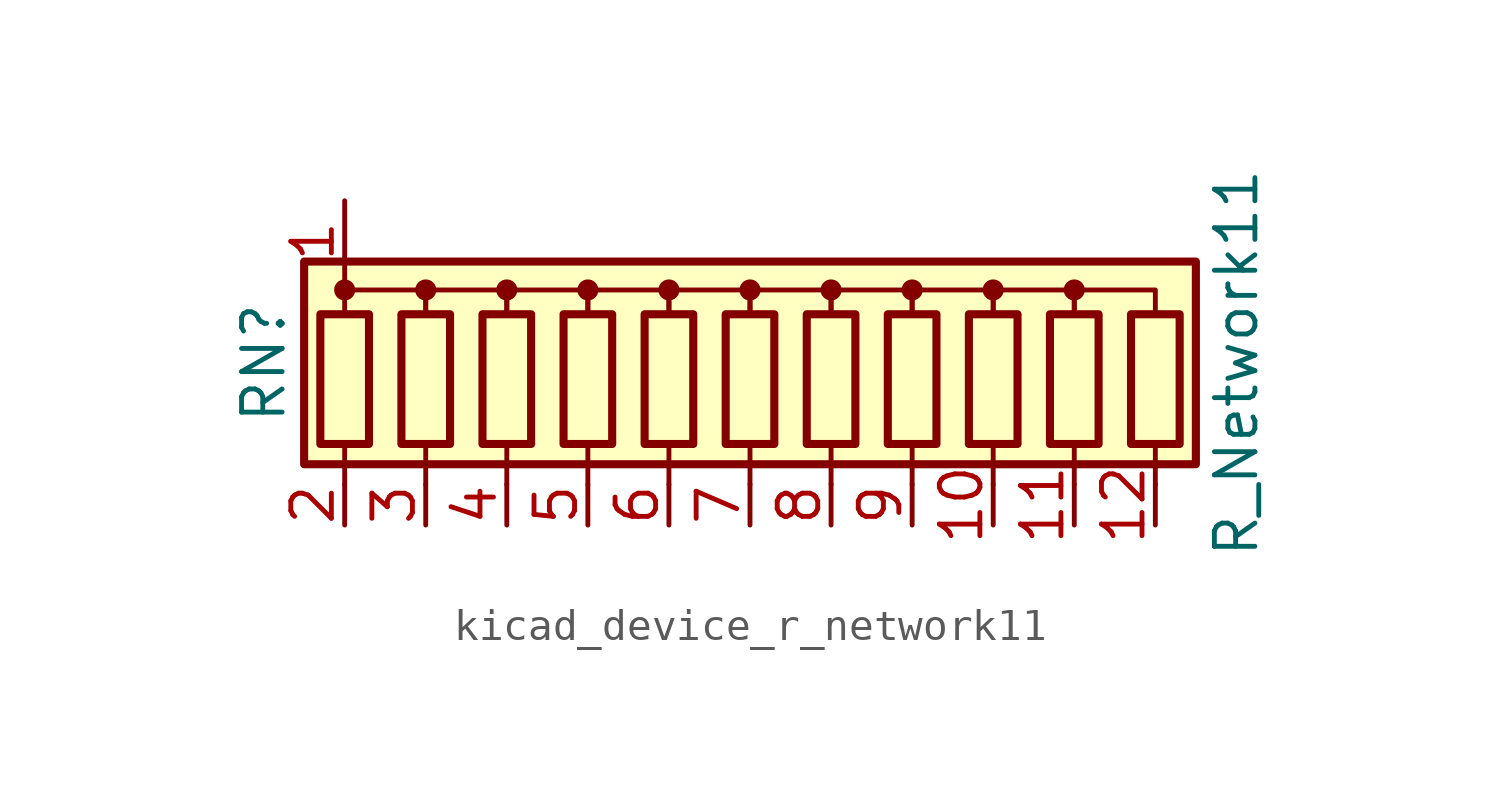
<source format=kicad_sym>
(kicad_symbol_lib
  (version 20220914)
  (generator kicad_symbol_editor)
  (symbol "kicad_device_r_network11"
    (pin_names
      (offset 0) hide)
    (property "Reference" "RN"
      (at -15.24 0 90)
      (effects (font (size 1.27 1.27))))
    (property "Value" "R_Network11"
      (at 15.24 0 90)
      (effects (font (size 1.27 1.27))))
    (symbol "kicad_device_r_network11_0_1"
      (rectangle (start -13.97 -3.175) (end 13.97 3.175) (stroke (width 0.254) (type default)) (fill (type background)))
      (rectangle (start -13.462 1.524) (end -11.938 -2.54) (stroke (width 0.254) (type default)) (fill (type none)))
      (circle (center -12.7 2.286) (radius 0.254) (stroke (width 0) (type default)) (fill (type outline)))
      (rectangle (start -10.922 1.524) (end -9.398 -2.54) (stroke (width 0.254) (type default)) (fill (type none)))
      (circle (center -10.16 2.286) (radius 0.254) (stroke (width 0) (type default)) (fill (type outline)))
      (rectangle (start -8.382 1.524) (end -6.858 -2.54) (stroke (width 0.254) (type default)) (fill (type none)))
      (circle (center -7.62 2.286) (radius 0.254) (stroke (width 0) (type default)) (fill (type outline)))
      (rectangle (start -5.842 1.524) (end -4.318 -2.54) (stroke (width 0.254) (type default)) (fill (type none)))
      (circle (center -5.08 2.286) (radius 0.254) (stroke (width 0) (type default)) (fill (type outline)))
      (rectangle (start -3.302 1.524) (end -1.778 -2.54) (stroke (width 0.254) (type default)) (fill (type none)))
      (circle (center -2.54 2.286) (radius 0.254) (stroke (width 0) (type default)) (fill (type outline)))
      (rectangle (start -0.762 1.524) (end 0.762 -2.54) (stroke (width 0.254) (type default)) (fill (type none)))
      (polyline (pts (xy -12.7 -2.54) (xy -12.7 -3.81)) (stroke (width 0) (type default)) (fill (type none)))
      (polyline (pts (xy -10.16 -2.54) (xy -10.16 -3.81)) (stroke (width 0) (type default)) (fill (type none)))
      (polyline (pts (xy -7.62 -2.54) (xy -7.62 -3.81)) (stroke (width 0) (type default)) (fill (type none)))
      (polyline (pts (xy -5.08 -2.54) (xy -5.08 -3.81)) (stroke (width 0) (type default)) (fill (type none)))
      (polyline (pts (xy -2.54 -2.54) (xy -2.54 -3.81)) (stroke (width 0) (type default)) (fill (type none)))
      (polyline (pts (xy 0 -2.54) (xy 0 -3.81)) (stroke (width 0) (type default)) (fill (type none)))
      (polyline (pts (xy 2.54 -2.54) (xy 2.54 -3.81)) (stroke (width 0) (type default)) (fill (type none)))
      (polyline (pts (xy 5.08 -2.54) (xy 5.08 -3.81)) (stroke (width 0) (type default)) (fill (type none)))
      (polyline (pts (xy 7.62 -2.54) (xy 7.62 -3.81)) (stroke (width 0) (type default)) (fill (type none)))
      (polyline (pts (xy 10.16 -2.54) (xy 10.16 -3.81)) (stroke (width 0) (type default)) (fill (type none)))
      (polyline (pts (xy 12.7 -2.54) (xy 12.7 -3.81)) (stroke (width 0) (type default)) (fill (type none)))
      (polyline (pts (xy -12.7 1.524) (xy -12.7 2.286) (xy -10.16 2.286) (xy -10.16 1.524)) (stroke (width 0) (type default)) (fill (type none)))
      (polyline (pts (xy -10.16 1.524) (xy -10.16 2.286) (xy -7.62 2.286) (xy -7.62 1.524)) (stroke (width 0) (type default)) (fill (type none)))
      (polyline (pts (xy -7.62 1.524) (xy -7.62 2.286) (xy -5.08 2.286) (xy -5.08 1.524)) (stroke (width 0) (type default)) (fill (type none)))
      (polyline (pts (xy -5.08 1.524) (xy -5.08 2.286) (xy -2.54 2.286) (xy -2.54 1.524)) (stroke (width 0) (type default)) (fill (type none)))
      (polyline (pts (xy -2.54 1.524) (xy -2.54 2.286) (xy 0 2.286) (xy 0 1.524)) (stroke (width 0) (type default)) (fill (type none)))
      (polyline (pts (xy 0 1.524) (xy 0 2.286) (xy 2.54 2.286) (xy 2.54 1.524)) (stroke (width 0) (type default)) (fill (type none)))
      (polyline (pts (xy 2.54 1.524) (xy 2.54 2.286) (xy 5.08 2.286) (xy 5.08 1.524)) (stroke (width 0) (type default)) (fill (type none)))
      (polyline (pts (xy 5.08 1.524) (xy 5.08 2.286) (xy 7.62 2.286) (xy 7.62 1.524)) (stroke (width 0) (type default)) (fill (type none)))
      (polyline (pts (xy 7.62 1.524) (xy 7.62 2.286) (xy 10.16 2.286) (xy 10.16 1.524)) (stroke (width 0) (type default)) (fill (type none)))
      (polyline (pts (xy 10.16 1.524) (xy 10.16 2.286) (xy 12.7 2.286) (xy 12.7 1.524)) (stroke (width 0) (type default)) (fill (type none)))
      (circle (center 0 2.286) (radius 0.254) (stroke (width 0) (type default)) (fill (type outline)))
      (rectangle (start 1.778 1.524) (end 3.302 -2.54) (stroke (width 0.254) (type default)) (fill (type none)))
      (circle (center 2.54 2.286) (radius 0.254) (stroke (width 0) (type default)) (fill (type outline)))
      (rectangle (start 4.318 1.524) (end 5.842 -2.54) (stroke (width 0.254) (type default)) (fill (type none)))
      (circle (center 5.08 2.286) (radius 0.254) (stroke (width 0) (type default)) (fill (type outline)))
      (rectangle (start 6.858 1.524) (end 8.382 -2.54) (stroke (width 0.254) (type default)) (fill (type none)))
      (circle (center 7.62 2.286) (radius 0.254) (stroke (width 0) (type default)) (fill (type outline)))
      (rectangle (start 9.398 1.524) (end 10.922 -2.54) (stroke (width 0.254) (type default)) (fill (type none)))
      (circle (center 10.16 2.286) (radius 0.254) (stroke (width 0) (type default)) (fill (type outline)))
      (rectangle (start 11.938 1.524) (end 13.462 -2.54) (stroke (width 0.254) (type default)) (fill (type none))))
    (symbol "kicad_device_r_network11_1_1"
      (pin passive line (at -12.7 5.08 270) (length 2.54) (name "common" (effects (font (size 1.27 1.27)))) (number "1" (effects (font (size 1.27 1.27)))))
      (pin passive line (at 7.62 -5.08 90) (length 1.27) (name "R9" (effects (font (size 1.27 1.27)))) (number "10" (effects (font (size 1.27 1.27)))))
      (pin passive line (at 10.16 -5.08 90) (length 1.27) (name "R10" (effects (font (size 1.27 1.27)))) (number "11" (effects (font (size 1.27 1.27)))))
      (pin passive line (at 12.7 -5.08 90) (length 1.27) (name "R11" (effects (font (size 1.27 1.27)))) (number "12" (effects (font (size 1.27 1.27)))))
      (pin passive line (at -12.7 -5.08 90) (length 1.27) (name "R1" (effects (font (size 1.27 1.27)))) (number "2" (effects (font (size 1.27 1.27)))))
      (pin passive line (at -10.16 -5.08 90) (length 1.27) (name "R2" (effects (font (size 1.27 1.27)))) (number "3" (effects (font (size 1.27 1.27)))))
      (pin passive line (at -7.62 -5.08 90) (length 1.27) (name "R3" (effects (font (size 1.27 1.27)))) (number "4" (effects (font (size 1.27 1.27)))))
      (pin passive line (at -5.08 -5.08 90) (length 1.27) (name "R4" (effects (font (size 1.27 1.27)))) (number "5" (effects (font (size 1.27 1.27)))))
      (pin passive line (at -2.54 -5.08 90) (length 1.27) (name "R5" (effects (font (size 1.27 1.27)))) (number "6" (effects (font (size 1.27 1.27)))))
      (pin passive line (at 0 -5.08 90) (length 1.27) (name "R6" (effects (font (size 1.27 1.27)))) (number "7" (effects (font (size 1.27 1.27)))))
      (pin passive line (at 2.54 -5.08 90) (length 1.27) (name "R7" (effects (font (size 1.27 1.27)))) (number "8" (effects (font (size 1.27 1.27)))))
      (pin passive line (at 5.08 -5.08 90) (length 1.27) (name "R8" (effects (font (size 1.27 1.27)))) (number "9" (effects (font (size 1.27 1.27))))))))
</source>
